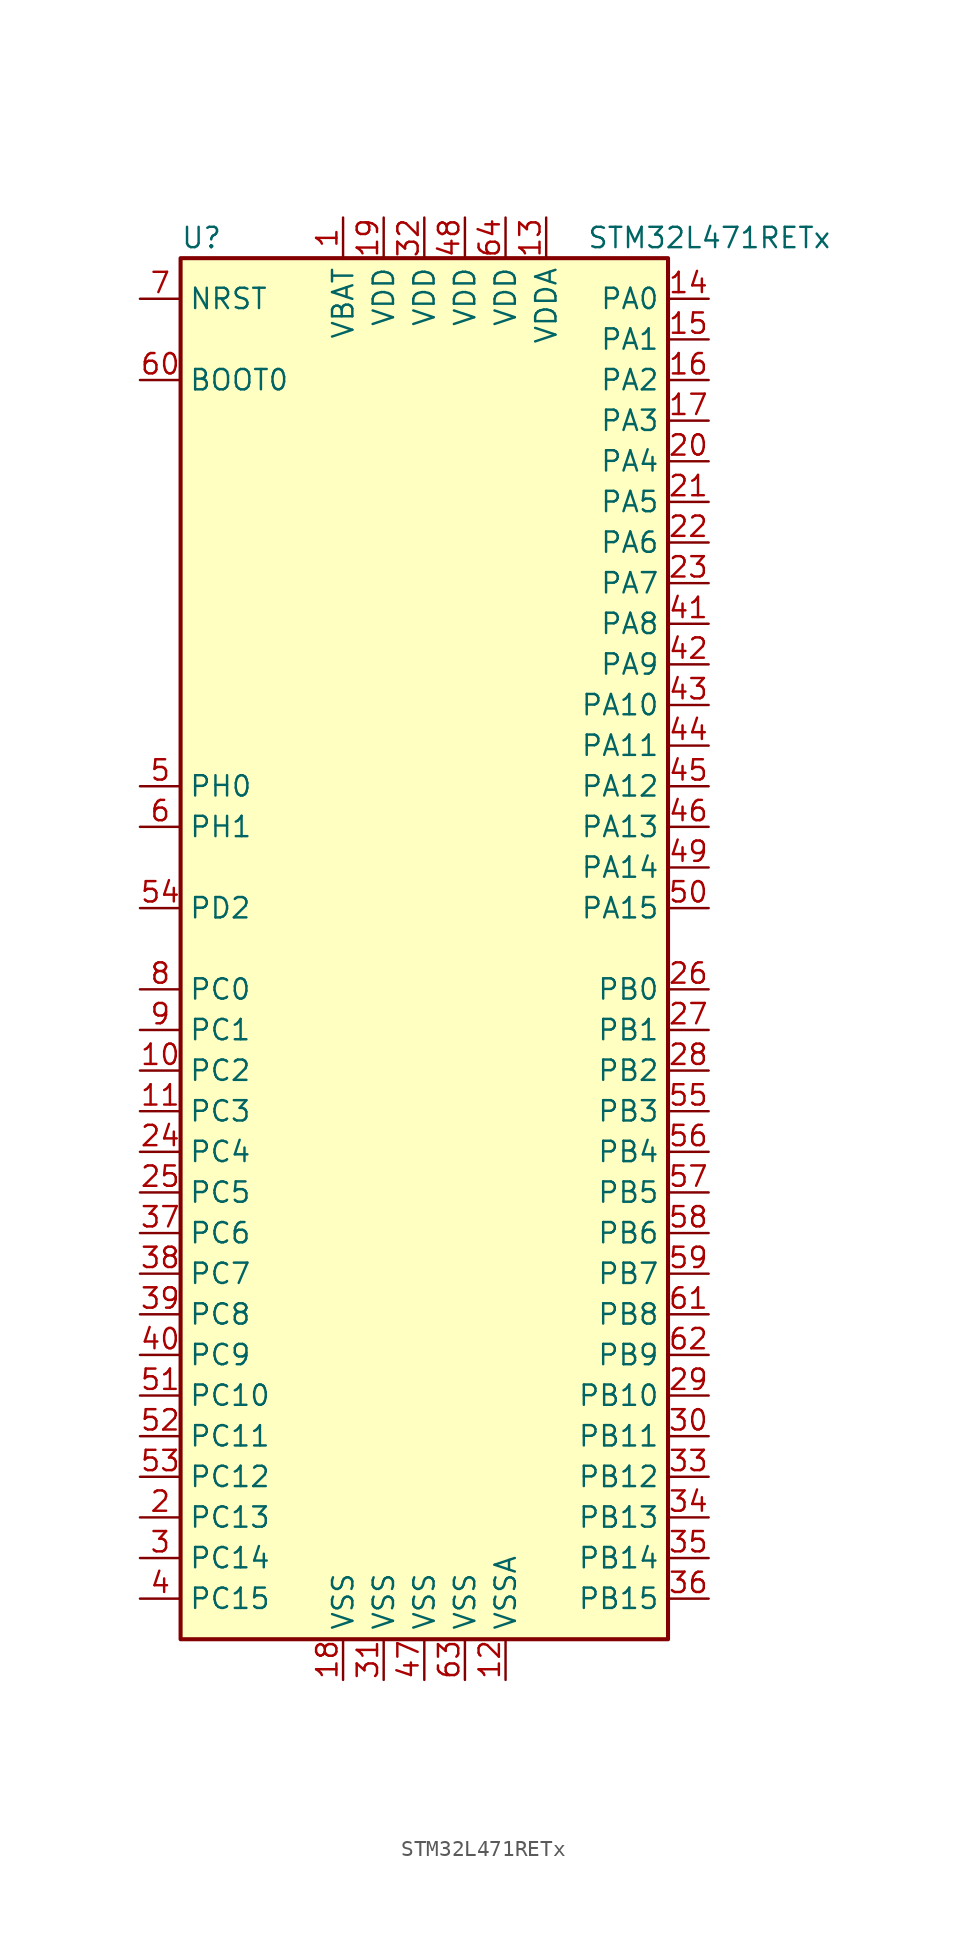
<source format=kicad_sym>
(kicad_symbol_lib
  (version 20201005)
  (generator kicad_symbol_editor)
  (symbol "MCU_ST_STM32L4:STM32L471RETx"
    (property "Reference" "U"
      (at -15.24 44.45 0)
      (effects (font (size 1.27 1.27)) (justify left)))
    (property "Value" "STM32L471RETx"
      (at 10.16 44.45 0)
      (effects (font (size 1.27 1.27)) (justify left)))
    (symbol "STM32L471RETx_0_1"
      (rectangle (start -15.24 -43.18) (end 15.24 43.18) (stroke (width 0.254)) (fill (type background))))
    (symbol "STM32L471RETx_1_1"
      (pin power_in line (at -5.08 45.72 270) (length 2.54) (name "VBAT" (effects (font (size 1.27 1.27)))) (number "1" (effects (font (size 1.27 1.27)))))
      (pin bidirectional line (at -17.78 -7.62 0) (length 2.54) (name "PC2" (effects (font (size 1.27 1.27)))) (number "10" (effects (font (size 1.27 1.27)))))
      (pin bidirectional line (at -17.78 -10.16 0) (length 2.54) (name "PC3" (effects (font (size 1.27 1.27)))) (number "11" (effects (font (size 1.27 1.27)))))
      (pin power_in line (at 5.08 -45.72 90) (length 2.54) (name "VSSA" (effects (font (size 1.27 1.27)))) (number "12" (effects (font (size 1.27 1.27)))))
      (pin power_in line (at 7.62 45.72 270) (length 2.54) (name "VDDA" (effects (font (size 1.27 1.27)))) (number "13" (effects (font (size 1.27 1.27)))))
      (pin bidirectional line (at 17.78 40.64 180) (length 2.54) (name "PA0" (effects (font (size 1.27 1.27)))) (number "14" (effects (font (size 1.27 1.27)))))
      (pin bidirectional line (at 17.78 38.1 180) (length 2.54) (name "PA1" (effects (font (size 1.27 1.27)))) (number "15" (effects (font (size 1.27 1.27)))))
      (pin bidirectional line (at 17.78 35.56 180) (length 2.54) (name "PA2" (effects (font (size 1.27 1.27)))) (number "16" (effects (font (size 1.27 1.27)))))
      (pin bidirectional line (at 17.78 33.02 180) (length 2.54) (name "PA3" (effects (font (size 1.27 1.27)))) (number "17" (effects (font (size 1.27 1.27)))))
      (pin power_in line (at -5.08 -45.72 90) (length 2.54) (name "VSS" (effects (font (size 1.27 1.27)))) (number "18" (effects (font (size 1.27 1.27)))))
      (pin power_in line (at -2.54 45.72 270) (length 2.54) (name "VDD" (effects (font (size 1.27 1.27)))) (number "19" (effects (font (size 1.27 1.27)))))
      (pin bidirectional line (at -17.78 -35.56 0) (length 2.54) (name "PC13" (effects (font (size 1.27 1.27)))) (number "2" (effects (font (size 1.27 1.27)))))
      (pin bidirectional line (at 17.78 30.48 180) (length 2.54) (name "PA4" (effects (font (size 1.27 1.27)))) (number "20" (effects (font (size 1.27 1.27)))))
      (pin bidirectional line (at 17.78 27.94 180) (length 2.54) (name "PA5" (effects (font (size 1.27 1.27)))) (number "21" (effects (font (size 1.27 1.27)))))
      (pin bidirectional line (at 17.78 25.4 180) (length 2.54) (name "PA6" (effects (font (size 1.27 1.27)))) (number "22" (effects (font (size 1.27 1.27)))))
      (pin bidirectional line (at 17.78 22.86 180) (length 2.54) (name "PA7" (effects (font (size 1.27 1.27)))) (number "23" (effects (font (size 1.27 1.27)))))
      (pin bidirectional line (at -17.78 -12.7 0) (length 2.54) (name "PC4" (effects (font (size 1.27 1.27)))) (number "24" (effects (font (size 1.27 1.27)))))
      (pin bidirectional line (at -17.78 -15.24 0) (length 2.54) (name "PC5" (effects (font (size 1.27 1.27)))) (number "25" (effects (font (size 1.27 1.27)))))
      (pin bidirectional line (at 17.78 -2.54 180) (length 2.54) (name "PB0" (effects (font (size 1.27 1.27)))) (number "26" (effects (font (size 1.27 1.27)))))
      (pin bidirectional line (at 17.78 -5.08 180) (length 2.54) (name "PB1" (effects (font (size 1.27 1.27)))) (number "27" (effects (font (size 1.27 1.27)))))
      (pin bidirectional line (at 17.78 -7.62 180) (length 2.54) (name "PB2" (effects (font (size 1.27 1.27)))) (number "28" (effects (font (size 1.27 1.27)))))
      (pin bidirectional line (at 17.78 -27.94 180) (length 2.54) (name "PB10" (effects (font (size 1.27 1.27)))) (number "29" (effects (font (size 1.27 1.27)))))
      (pin bidirectional line (at -17.78 -38.1 0) (length 2.54) (name "PC14" (effects (font (size 1.27 1.27)))) (number "3" (effects (font (size 1.27 1.27)))))
      (pin bidirectional line (at 17.78 -30.48 180) (length 2.54) (name "PB11" (effects (font (size 1.27 1.27)))) (number "30" (effects (font (size 1.27 1.27)))))
      (pin power_in line (at -2.54 -45.72 90) (length 2.54) (name "VSS" (effects (font (size 1.27 1.27)))) (number "31" (effects (font (size 1.27 1.27)))))
      (pin power_in line (at 0 45.72 270) (length 2.54) (name "VDD" (effects (font (size 1.27 1.27)))) (number "32" (effects (font (size 1.27 1.27)))))
      (pin bidirectional line (at 17.78 -33.02 180) (length 2.54) (name "PB12" (effects (font (size 1.27 1.27)))) (number "33" (effects (font (size 1.27 1.27)))))
      (pin bidirectional line (at 17.78 -35.56 180) (length 2.54) (name "PB13" (effects (font (size 1.27 1.27)))) (number "34" (effects (font (size 1.27 1.27)))))
      (pin bidirectional line (at 17.78 -38.1 180) (length 2.54) (name "PB14" (effects (font (size 1.27 1.27)))) (number "35" (effects (font (size 1.27 1.27)))))
      (pin bidirectional line (at 17.78 -40.64 180) (length 2.54) (name "PB15" (effects (font (size 1.27 1.27)))) (number "36" (effects (font (size 1.27 1.27)))))
      (pin bidirectional line (at -17.78 -17.78 0) (length 2.54) (name "PC6" (effects (font (size 1.27 1.27)))) (number "37" (effects (font (size 1.27 1.27)))))
      (pin bidirectional line (at -17.78 -20.32 0) (length 2.54) (name "PC7" (effects (font (size 1.27 1.27)))) (number "38" (effects (font (size 1.27 1.27)))))
      (pin bidirectional line (at -17.78 -22.86 0) (length 2.54) (name "PC8" (effects (font (size 1.27 1.27)))) (number "39" (effects (font (size 1.27 1.27)))))
      (pin bidirectional line (at -17.78 -40.64 0) (length 2.54) (name "PC15" (effects (font (size 1.27 1.27)))) (number "4" (effects (font (size 1.27 1.27)))))
      (pin bidirectional line (at -17.78 -25.4 0) (length 2.54) (name "PC9" (effects (font (size 1.27 1.27)))) (number "40" (effects (font (size 1.27 1.27)))))
      (pin bidirectional line (at 17.78 20.32 180) (length 2.54) (name "PA8" (effects (font (size 1.27 1.27)))) (number "41" (effects (font (size 1.27 1.27)))))
      (pin bidirectional line (at 17.78 17.78 180) (length 2.54) (name "PA9" (effects (font (size 1.27 1.27)))) (number "42" (effects (font (size 1.27 1.27)))))
      (pin bidirectional line (at 17.78 15.24 180) (length 2.54) (name "PA10" (effects (font (size 1.27 1.27)))) (number "43" (effects (font (size 1.27 1.27)))))
      (pin bidirectional line (at 17.78 12.7 180) (length 2.54) (name "PA11" (effects (font (size 1.27 1.27)))) (number "44" (effects (font (size 1.27 1.27)))))
      (pin bidirectional line (at 17.78 10.16 180) (length 2.54) (name "PA12" (effects (font (size 1.27 1.27)))) (number "45" (effects (font (size 1.27 1.27)))))
      (pin bidirectional line (at 17.78 7.62 180) (length 2.54) (name "PA13" (effects (font (size 1.27 1.27)))) (number "46" (effects (font (size 1.27 1.27)))))
      (pin power_in line (at 0 -45.72 90) (length 2.54) (name "VSS" (effects (font (size 1.27 1.27)))) (number "47" (effects (font (size 1.27 1.27)))))
      (pin power_in line (at 2.54 45.72 270) (length 2.54) (name "VDD" (effects (font (size 1.27 1.27)))) (number "48" (effects (font (size 1.27 1.27)))))
      (pin bidirectional line (at 17.78 5.08 180) (length 2.54) (name "PA14" (effects (font (size 1.27 1.27)))) (number "49" (effects (font (size 1.27 1.27)))))
      (pin input line (at -17.78 10.16 0) (length 2.54) (name "PH0" (effects (font (size 1.27 1.27)))) (number "5" (effects (font (size 1.27 1.27)))))
      (pin bidirectional line (at 17.78 2.54 180) (length 2.54) (name "PA15" (effects (font (size 1.27 1.27)))) (number "50" (effects (font (size 1.27 1.27)))))
      (pin bidirectional line (at -17.78 -27.94 0) (length 2.54) (name "PC10" (effects (font (size 1.27 1.27)))) (number "51" (effects (font (size 1.27 1.27)))))
      (pin bidirectional line (at -17.78 -30.48 0) (length 2.54) (name "PC11" (effects (font (size 1.27 1.27)))) (number "52" (effects (font (size 1.27 1.27)))))
      (pin bidirectional line (at -17.78 -33.02 0) (length 2.54) (name "PC12" (effects (font (size 1.27 1.27)))) (number "53" (effects (font (size 1.27 1.27)))))
      (pin bidirectional line (at -17.78 2.54 0) (length 2.54) (name "PD2" (effects (font (size 1.27 1.27)))) (number "54" (effects (font (size 1.27 1.27)))))
      (pin bidirectional line (at 17.78 -10.16 180) (length 2.54) (name "PB3" (effects (font (size 1.27 1.27)))) (number "55" (effects (font (size 1.27 1.27)))))
      (pin bidirectional line (at 17.78 -12.7 180) (length 2.54) (name "PB4" (effects (font (size 1.27 1.27)))) (number "56" (effects (font (size 1.27 1.27)))))
      (pin bidirectional line (at 17.78 -15.24 180) (length 2.54) (name "PB5" (effects (font (size 1.27 1.27)))) (number "57" (effects (font (size 1.27 1.27)))))
      (pin bidirectional line (at 17.78 -17.78 180) (length 2.54) (name "PB6" (effects (font (size 1.27 1.27)))) (number "58" (effects (font (size 1.27 1.27)))))
      (pin bidirectional line (at 17.78 -20.32 180) (length 2.54) (name "PB7" (effects (font (size 1.27 1.27)))) (number "59" (effects (font (size 1.27 1.27)))))
      (pin input line (at -17.78 7.62 0) (length 2.54) (name "PH1" (effects (font (size 1.27 1.27)))) (number "6" (effects (font (size 1.27 1.27)))))
      (pin input line (at -17.78 35.56 0) (length 2.54) (name "BOOT0" (effects (font (size 1.27 1.27)))) (number "60" (effects (font (size 1.27 1.27)))))
      (pin bidirectional line (at 17.78 -22.86 180) (length 2.54) (name "PB8" (effects (font (size 1.27 1.27)))) (number "61" (effects (font (size 1.27 1.27)))))
      (pin bidirectional line (at 17.78 -25.4 180) (length 2.54) (name "PB9" (effects (font (size 1.27 1.27)))) (number "62" (effects (font (size 1.27 1.27)))))
      (pin power_in line (at 2.54 -45.72 90) (length 2.54) (name "VSS" (effects (font (size 1.27 1.27)))) (number "63" (effects (font (size 1.27 1.27)))))
      (pin power_in line (at 5.08 45.72 270) (length 2.54) (name "VDD" (effects (font (size 1.27 1.27)))) (number "64" (effects (font (size 1.27 1.27)))))
      (pin input line (at -17.78 40.64 0) (length 2.54) (name "NRST" (effects (font (size 1.27 1.27)))) (number "7" (effects (font (size 1.27 1.27)))))
      (pin bidirectional line (at -17.78 -2.54 0) (length 2.54) (name "PC0" (effects (font (size 1.27 1.27)))) (number "8" (effects (font (size 1.27 1.27)))))
      (pin bidirectional line (at -17.78 -5.08 0) (length 2.54) (name "PC1" (effects (font (size 1.27 1.27)))) (number "9" (effects (font (size 1.27 1.27))))))))
</source>
